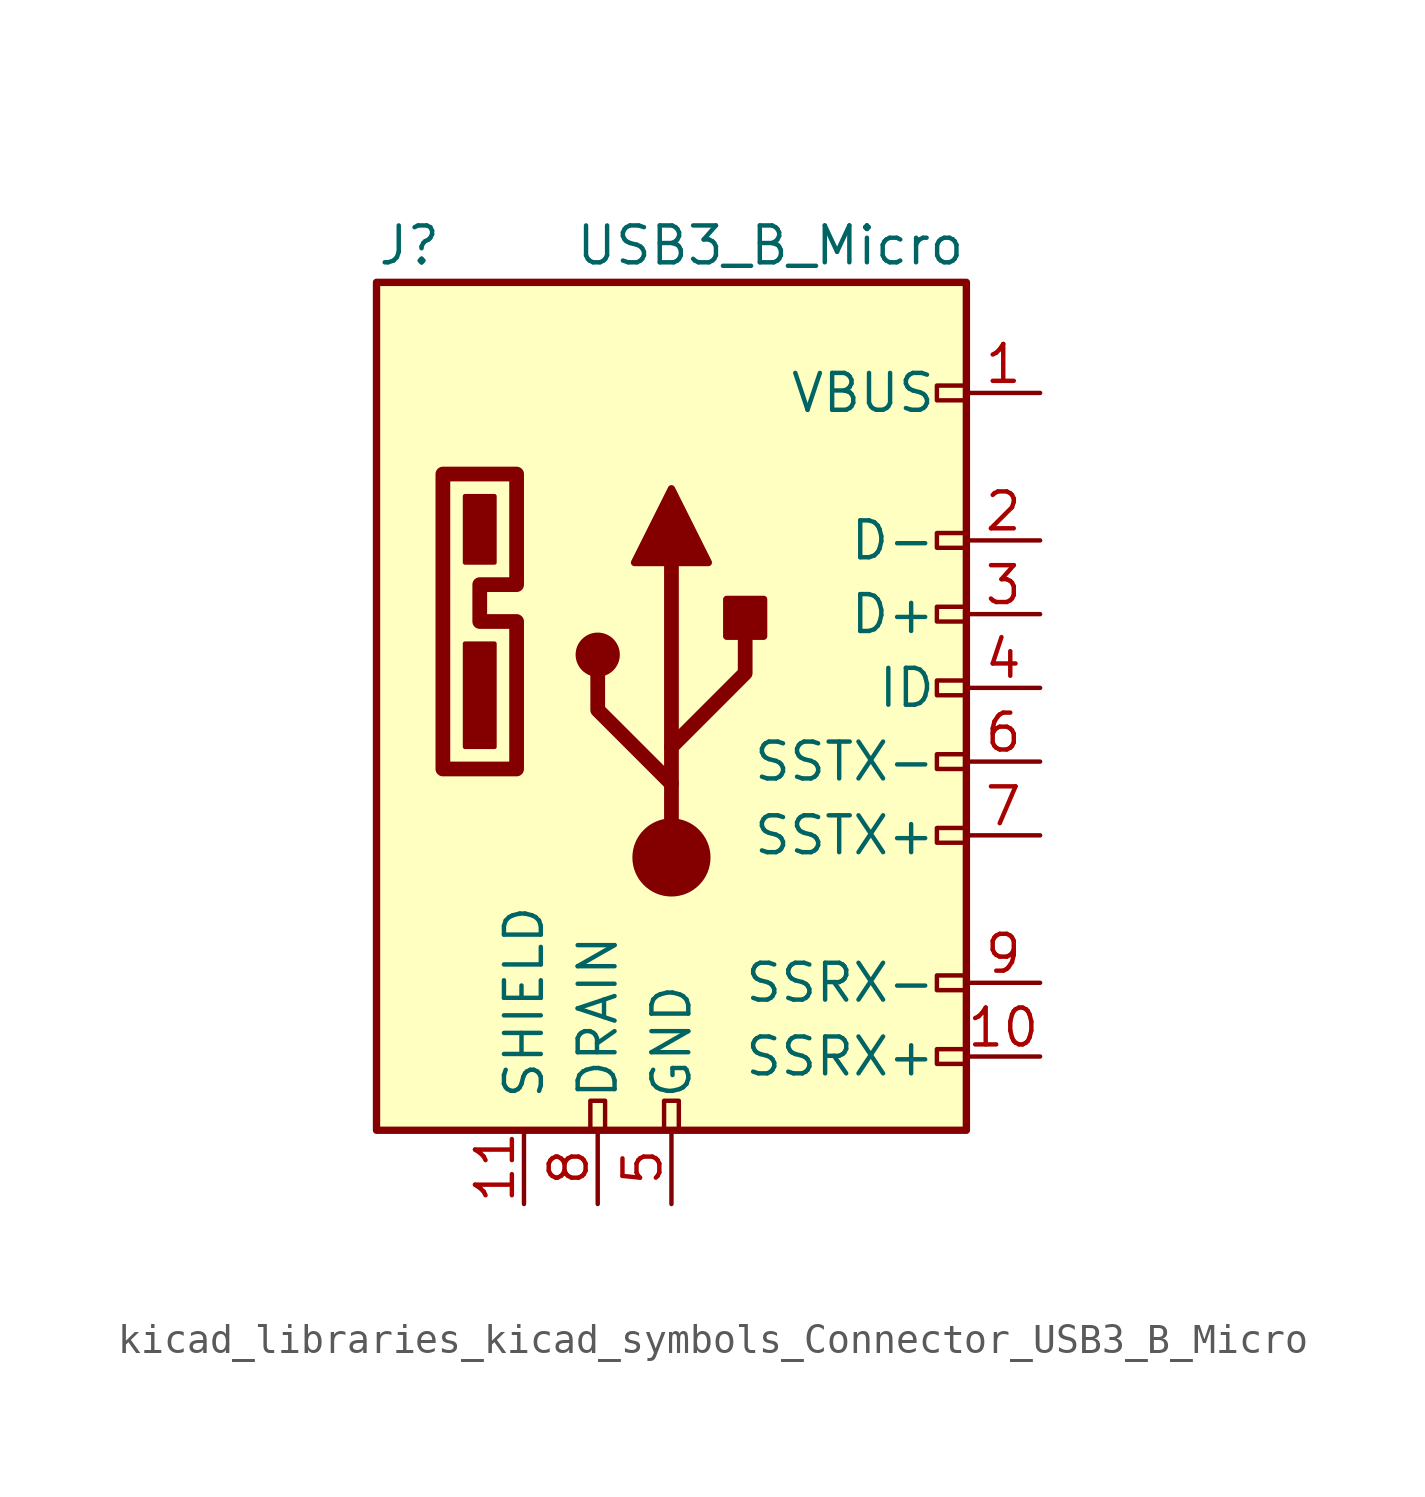
<source format=kicad_sym>
(kicad_symbol_lib
  (version 20220914)
  (generator kicad_symbol_editor)
  (symbol "kicad_libraries_kicad_symbols_Connector_USB3_B_Micro"
    (pin_names
      (offset 1.016))
    (property "Reference" "J"
      (at -10.16 15.24 0)
      (effects (font (size 1.27 1.27)) (justify left)))
    (property "Value" "USB3_B_Micro"
      (at 10.16 15.24 0)
      (effects (font (size 1.27 1.27)) (justify right)))
    (symbol "kicad_libraries_kicad_symbols_Connector_USB3_B_Micro_0_0"
      (rectangle (start -2.794 -15.24) (end -2.286 -14.224) (stroke (width 0) (type default)) (fill (type none)))
      (rectangle (start -0.254 -15.24) (end 0.254 -14.224) (stroke (width 0) (type default)) (fill (type none)))
      (rectangle (start 10.16 -12.446) (end 9.144 -12.954) (stroke (width 0) (type default)) (fill (type none)))
      (rectangle (start 10.16 -9.906) (end 9.144 -10.414) (stroke (width 0) (type default)) (fill (type none)))
      (rectangle (start 10.16 -4.826) (end 9.144 -5.334) (stroke (width 0) (type default)) (fill (type none)))
      (rectangle (start 10.16 -2.286) (end 9.144 -2.794) (stroke (width 0) (type default)) (fill (type none)))
      (rectangle (start 10.16 0.254) (end 9.144 -0.254) (stroke (width 0) (type default)) (fill (type none)))
      (rectangle (start 10.16 2.794) (end 9.144 2.286) (stroke (width 0) (type default)) (fill (type none)))
      (rectangle (start 10.16 5.334) (end 9.144 4.826) (stroke (width 0) (type default)) (fill (type none)))
      (rectangle (start 10.16 10.414) (end 9.144 9.906) (stroke (width 0) (type default)) (fill (type none))))
    (symbol "kicad_libraries_kicad_symbols_Connector_USB3_B_Micro_0_1"
      (rectangle (start -10.16 13.97) (end 10.16 -15.24) (stroke (width 0.254) (type default)) (fill (type background)))
      (rectangle (start -7.112 1.524) (end -6.096 -2.032) (stroke (width 0) (type default)) (fill (type outline)))
      (rectangle (start -7.112 6.604) (end -6.096 4.318) (stroke (width 0) (type default)) (fill (type outline)))
      (polyline (pts (xy -7.874 7.366) (xy -7.874 -2.794) (xy -5.334 -2.794) (xy -5.334 2.286) (xy -6.604 2.286) (xy -6.604 3.556) (xy -5.334 3.556) (xy -5.334 7.366) (xy -7.874 7.366)) (stroke (width 0.508) (type default)) (fill (type none))))
    (symbol "kicad_libraries_kicad_symbols_Connector_USB3_B_Micro_1_1"
      (circle (center -2.54 1.143) (radius 0.635) (stroke (width 0.254) (type default)) (fill (type outline)))
      (circle (center 0 -5.842) (radius 1.27) (stroke (width 0) (type default)) (fill (type outline)))
      (polyline (pts (xy 0 -5.842) (xy 0 4.318)) (stroke (width 0.508) (type default)) (fill (type none)))
      (polyline (pts (xy 0 -3.302) (xy -2.54 -0.762) (xy -2.54 0.508)) (stroke (width 0.508) (type default)) (fill (type none)))
      (polyline (pts (xy 0 -2.032) (xy 2.54 0.508) (xy 2.54 1.778)) (stroke (width 0.508) (type default)) (fill (type none)))
      (polyline (pts (xy -1.27 4.318) (xy 0 6.858) (xy 1.27 4.318) (xy -1.27 4.318)) (stroke (width 0.254) (type default)) (fill (type outline)))
      (rectangle (start 1.905 1.778) (end 3.175 3.048) (stroke (width 0.254) (type default)) (fill (type outline)))
      (pin power_out line (at 12.7 10.16 180) (length 2.54) (name "VBUS" (effects (font (size 1.27 1.27)))) (number "1" (effects (font (size 1.27 1.27)))))
      (pin input line (at 12.7 -12.7 180) (length 2.54) (name "SSRX+" (effects (font (size 1.27 1.27)))) (number "10" (effects (font (size 1.27 1.27)))))
      (pin passive line (at -5.08 -17.78 90) (length 2.54) (name "SHIELD" (effects (font (size 1.27 1.27)))) (number "11" (effects (font (size 1.27 1.27)))))
      (pin bidirectional line (at 12.7 5.08 180) (length 2.54) (name "D-" (effects (font (size 1.27 1.27)))) (number "2" (effects (font (size 1.27 1.27)))))
      (pin bidirectional line (at 12.7 2.54 180) (length 2.54) (name "D+" (effects (font (size 1.27 1.27)))) (number "3" (effects (font (size 1.27 1.27)))))
      (pin passive line (at 12.7 0 180) (length 2.54) (name "ID" (effects (font (size 1.27 1.27)))) (number "4" (effects (font (size 1.27 1.27)))))
      (pin power_out line (at 0 -17.78 90) (length 2.54) (name "GND" (effects (font (size 1.27 1.27)))) (number "5" (effects (font (size 1.27 1.27)))))
      (pin output line (at 12.7 -2.54 180) (length 2.54) (name "SSTX-" (effects (font (size 1.27 1.27)))) (number "6" (effects (font (size 1.27 1.27)))))
      (pin output line (at 12.7 -5.08 180) (length 2.54) (name "SSTX+" (effects (font (size 1.27 1.27)))) (number "7" (effects (font (size 1.27 1.27)))))
      (pin passive line (at -2.54 -17.78 90) (length 2.54) (name "DRAIN" (effects (font (size 1.27 1.27)))) (number "8" (effects (font (size 1.27 1.27)))))
      (pin input line (at 12.7 -10.16 180) (length 2.54) (name "SSRX-" (effects (font (size 1.27 1.27)))) (number "9" (effects (font (size 1.27 1.27))))))))
</source>
